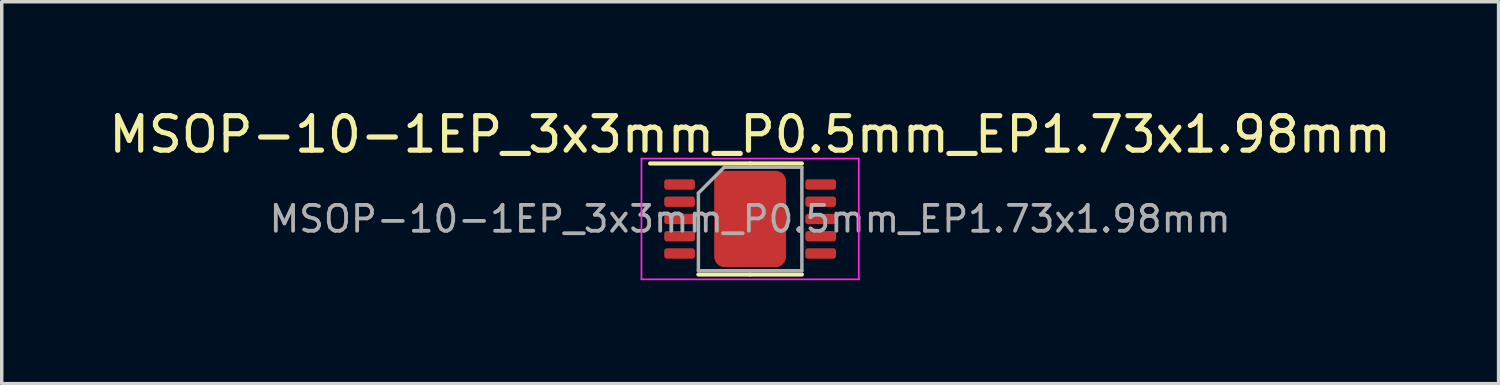
<source format=kicad_pcb>
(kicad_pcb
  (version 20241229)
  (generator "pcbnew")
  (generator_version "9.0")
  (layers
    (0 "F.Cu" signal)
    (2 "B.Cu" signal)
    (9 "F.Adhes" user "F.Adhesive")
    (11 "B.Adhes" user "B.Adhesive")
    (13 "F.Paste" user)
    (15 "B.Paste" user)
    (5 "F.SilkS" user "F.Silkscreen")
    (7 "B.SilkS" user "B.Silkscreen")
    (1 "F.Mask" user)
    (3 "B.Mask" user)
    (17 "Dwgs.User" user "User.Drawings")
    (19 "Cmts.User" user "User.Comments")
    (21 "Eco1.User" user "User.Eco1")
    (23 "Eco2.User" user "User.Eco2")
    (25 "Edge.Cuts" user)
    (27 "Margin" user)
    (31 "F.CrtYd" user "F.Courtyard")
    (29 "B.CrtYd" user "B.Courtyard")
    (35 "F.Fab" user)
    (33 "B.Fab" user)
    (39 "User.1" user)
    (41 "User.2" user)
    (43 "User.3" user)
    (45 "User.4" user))
  (footprint "MSOP-10-1EP_3x3mm_P0.5mm_EP1.73x1.98mm"
    (layer "F.Cu")
    (at 18.696 3.298)
    (property "Reference" "MSOP-10-1EP_3x3mm_P0.5mm_EP1.73x1.98mm" (at 0 -2.45 0) (layer "F.SilkS") (effects (font (size 1 1) (thickness 0.15))))
    (attr smd)
    (fp_line (start 0 -1.61) (end -2.9 -1.61) (stroke (width 0.12) (type solid)) (layer "F.SilkS"))
    (fp_line (start 0 -1.61) (end 1.5 -1.61) (stroke (width 0.12) (type solid)) (layer "F.SilkS"))
    (fp_line (start 0 1.61) (end -1.5 1.61) (stroke (width 0.12) (type solid)) (layer "F.SilkS"))
    (fp_line (start 0 1.61) (end 1.5 1.61) (stroke (width 0.12) (type solid)) (layer "F.SilkS"))
    (fp_line (start -3.15 -1.75) (end -3.15 1.75) (stroke (width 0.05) (type solid)) (layer "F.CrtYd"))
    (fp_line (start -3.15 1.75) (end 3.15 1.75) (stroke (width 0.05) (type solid)) (layer "F.CrtYd"))
    (fp_line (start 3.15 -1.75) (end -3.15 -1.75) (stroke (width 0.05) (type solid)) (layer "F.CrtYd"))
    (fp_line (start 3.15 1.75) (end 3.15 -1.75) (stroke (width 0.05) (type solid)) (layer "F.CrtYd"))
    (fp_line (start -1.5 -0.75) (end -0.75 -1.5) (stroke (width 0.1) (type solid)) (layer "F.Fab"))
    (fp_line (start -1.5 1.5) (end -1.5 -0.75) (stroke (width 0.1) (type solid)) (layer "F.Fab"))
    (fp_line (start -0.75 -1.5) (end 1.5 -1.5) (stroke (width 0.1) (type solid)) (layer "F.Fab"))
    (fp_line (start 1.5 -1.5) (end 1.5 1.5) (stroke (width 0.1) (type solid)) (layer "F.Fab"))
    (fp_line (start 1.5 1.5) (end -1.5 1.5) (stroke (width 0.1) (type solid)) (layer "F.Fab"))
    (fp_text user "${REFERENCE}" (at 0 0 0) (layer "F.Fab") (effects (font (size 0.75 0.75) (thickness 0.11))))
    (pad "" smd roundrect (at -0.43 -0.495) (size 0.7 0.8) (layers "F.Paste") (roundrect_rratio 0.25))
    (pad "" smd roundrect (at -0.43 0.495) (size 0.7 0.8) (layers "F.Paste") (roundrect_rratio 0.25))
    (pad "" smd roundrect (at 0.43 -0.495) (size 0.7 0.8) (layers "F.Paste") (roundrect_rratio 0.25))
    (pad "" smd roundrect (at 0.43 0.495) (size 0.7 0.8) (layers "F.Paste") (roundrect_rratio 0.25))
    (pad "1" smd roundrect (at -2.045 -1) (size 0.889 0.3) (layers "F.Cu" "F.Mask" "F.Paste") (roundrect_rratio 0.25))
    (pad "2" smd roundrect (at -2.045 -0.5) (size 0.889 0.3) (layers "F.Cu" "F.Mask" "F.Paste") (roundrect_rratio 0.25))
    (pad "3" smd roundrect (at -2.045 0) (size 0.889 0.3) (layers "F.Cu" "F.Mask" "F.Paste") (roundrect_rratio 0.25))
    (pad "4" smd roundrect (at -2.045 0.5) (size 0.889 0.3) (layers "F.Cu" "F.Mask" "F.Paste") (roundrect_rratio 0.25))
    (pad "5" smd roundrect (at -2.045 1) (size 0.889 0.3) (layers "F.Cu" "F.Mask" "F.Paste") (roundrect_rratio 0.25))
    (pad "6" smd roundrect (at 2.045 1) (size 0.889 0.3) (layers "F.Cu" "F.Mask" "F.Paste") (roundrect_rratio 0.25))
    (pad "7" smd roundrect (at 2.045 0.5) (size 0.889 0.3) (layers "F.Cu" "F.Mask" "F.Paste") (roundrect_rratio 0.25))
    (pad "8" smd roundrect (at 2.045 0) (size 0.889 0.3) (layers "F.Cu" "F.Mask" "F.Paste") (roundrect_rratio 0.25))
    (pad "9" smd roundrect (at 2.045 -0.5) (size 0.889 0.3) (layers "F.Cu" "F.Mask" "F.Paste") (roundrect_rratio 0.25))
    (pad "10" smd roundrect (at 2.045 -1) (size 0.889 0.3) (layers "F.Cu" "F.Mask" "F.Paste") (roundrect_rratio 0.25))
    (pad "11" smd roundrect (at 0 0) (size 2.083 2.794) (layers "F.Cu" "F.Mask") (roundrect_rratio 0.145)))
  (gr_rect
    (start -3 -3)
    (end 40.393 8.073)
    (stroke (width 0.1) (type default))
    (fill no)
    (layer "Edge.Cuts")))
</source>
